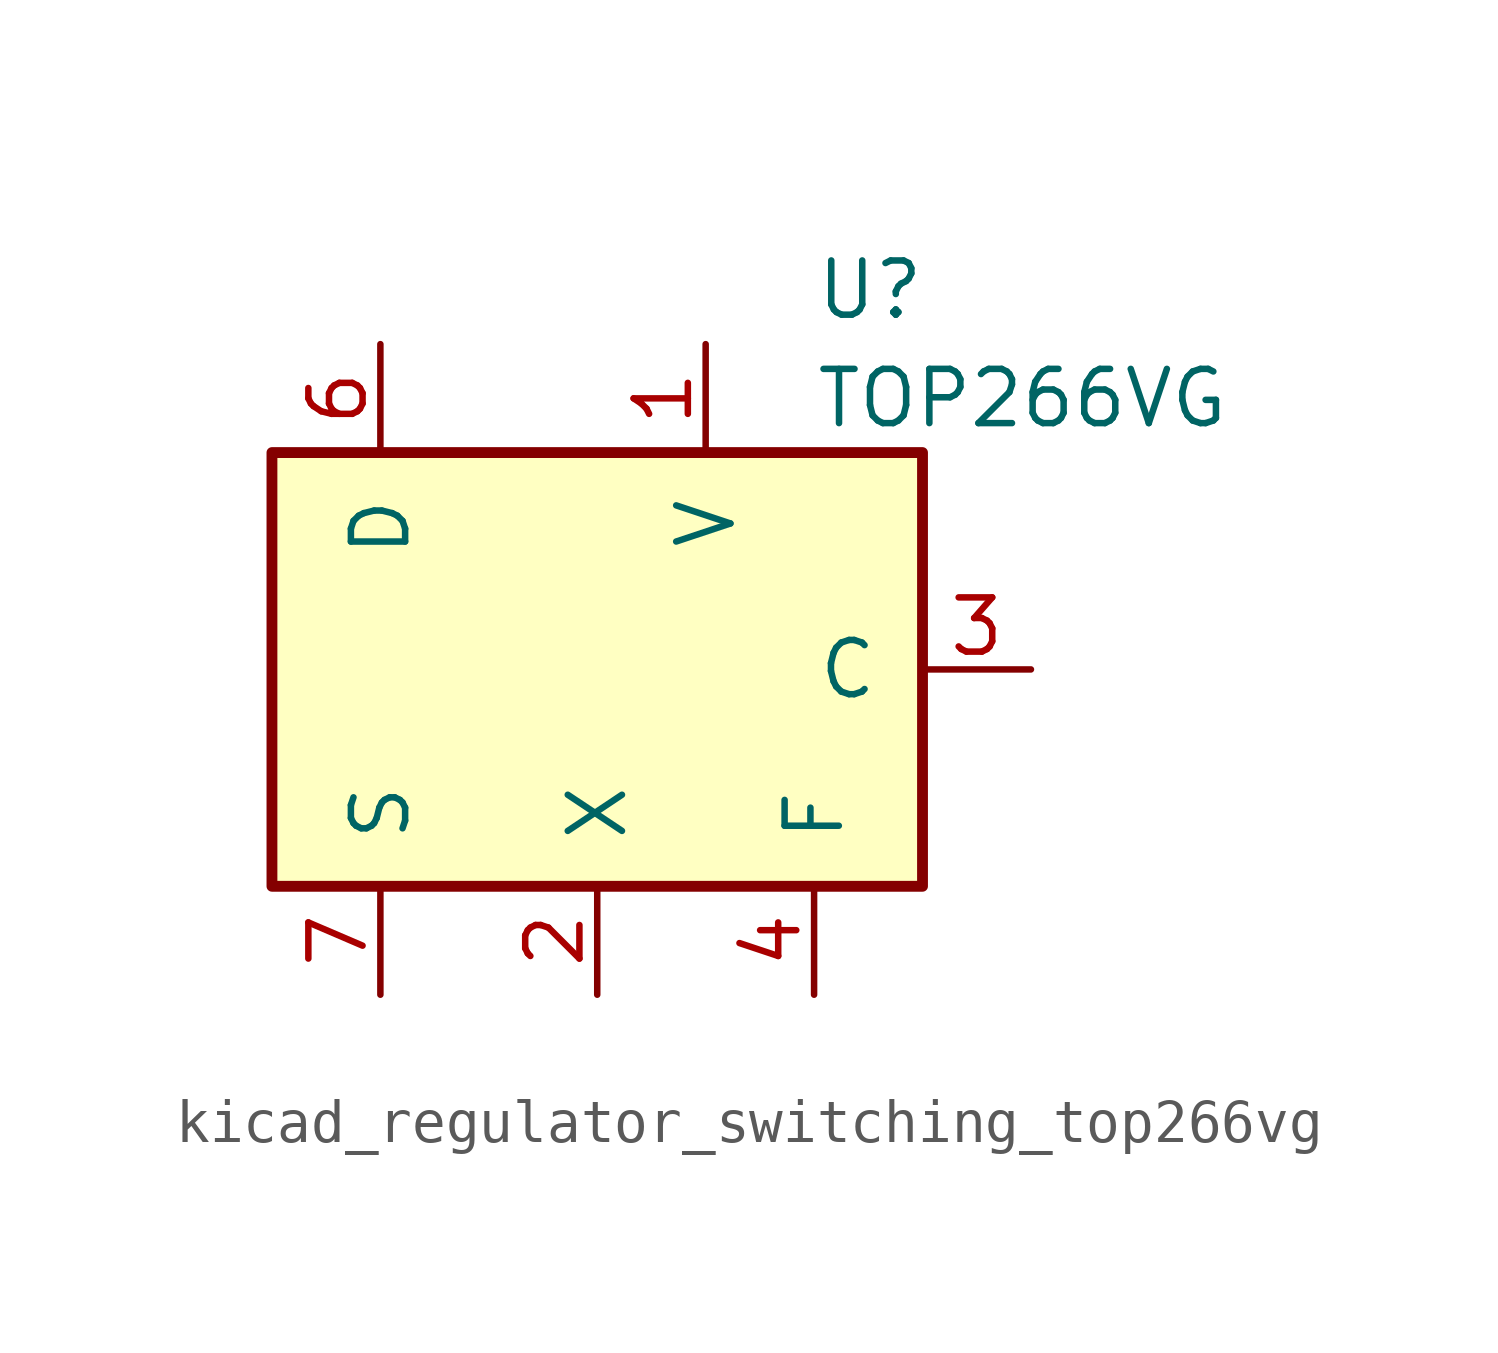
<source format=kicad_sym>
(kicad_symbol_lib
  (version 20220914)
  (generator kicad_symbol_editor)
  (symbol "kicad_regulator_switching_top266vg"
    (pin_names
      (offset 1.016))
    (property "Reference" "U"
      (at 5.08 8.89 0)
      (effects (font (size 1.27 1.27)) (justify left)))
    (property "Value" "TOP266VG"
      (at 5.08 6.35 0)
      (effects (font (size 1.27 1.27)) (justify left)))
    (symbol "kicad_regulator_switching_top266vg_0_1"
      (rectangle (start -7.62 5.08) (end 7.62 -5.08) (stroke (width 0.254) (type default)) (fill (type background))))
    (symbol "kicad_regulator_switching_top266vg_1_1"
      (pin input line (at 2.54 7.62 270) (length 2.54) (name "V" (effects (font (size 1.27 1.27)))) (number "1" (effects (font (size 1.27 1.27)))))
      (pin passive line (at -5.08 -7.62 90) (length 2.54) hide (name "S" (effects (font (size 1.27 1.27)))) (number "10" (effects (font (size 1.27 1.27)))))
      (pin passive line (at -5.08 -7.62 90) (length 2.54) hide (name "S" (effects (font (size 1.27 1.27)))) (number "11" (effects (font (size 1.27 1.27)))))
      (pin passive line (at -5.08 -7.62 90) (length 2.54) hide (name "S" (effects (font (size 1.27 1.27)))) (number "12" (effects (font (size 1.27 1.27)))))
      (pin input line (at 0 -7.62 90) (length 2.54) (name "X" (effects (font (size 1.27 1.27)))) (number "2" (effects (font (size 1.27 1.27)))))
      (pin input line (at 10.16 0 180) (length 2.54) (name "C" (effects (font (size 1.27 1.27)))) (number "3" (effects (font (size 1.27 1.27)))))
      (pin passive line (at 5.08 -7.62 90) (length 2.54) (name "F" (effects (font (size 1.27 1.27)))) (number "4" (effects (font (size 1.27 1.27)))))
      (pin open_collector line (at -5.08 7.62 270) (length 2.54) (name "D" (effects (font (size 1.27 1.27)))) (number "6" (effects (font (size 1.27 1.27)))))
      (pin power_in line (at -5.08 -7.62 90) (length 2.54) (name "S" (effects (font (size 1.27 1.27)))) (number "7" (effects (font (size 1.27 1.27)))))
      (pin passive line (at -5.08 -7.62 90) (length 2.54) hide (name "S" (effects (font (size 1.27 1.27)))) (number "8" (effects (font (size 1.27 1.27)))))
      (pin passive line (at -5.08 -7.62 90) (length 2.54) hide (name "S" (effects (font (size 1.27 1.27)))) (number "9" (effects (font (size 1.27 1.27))))))))
</source>
